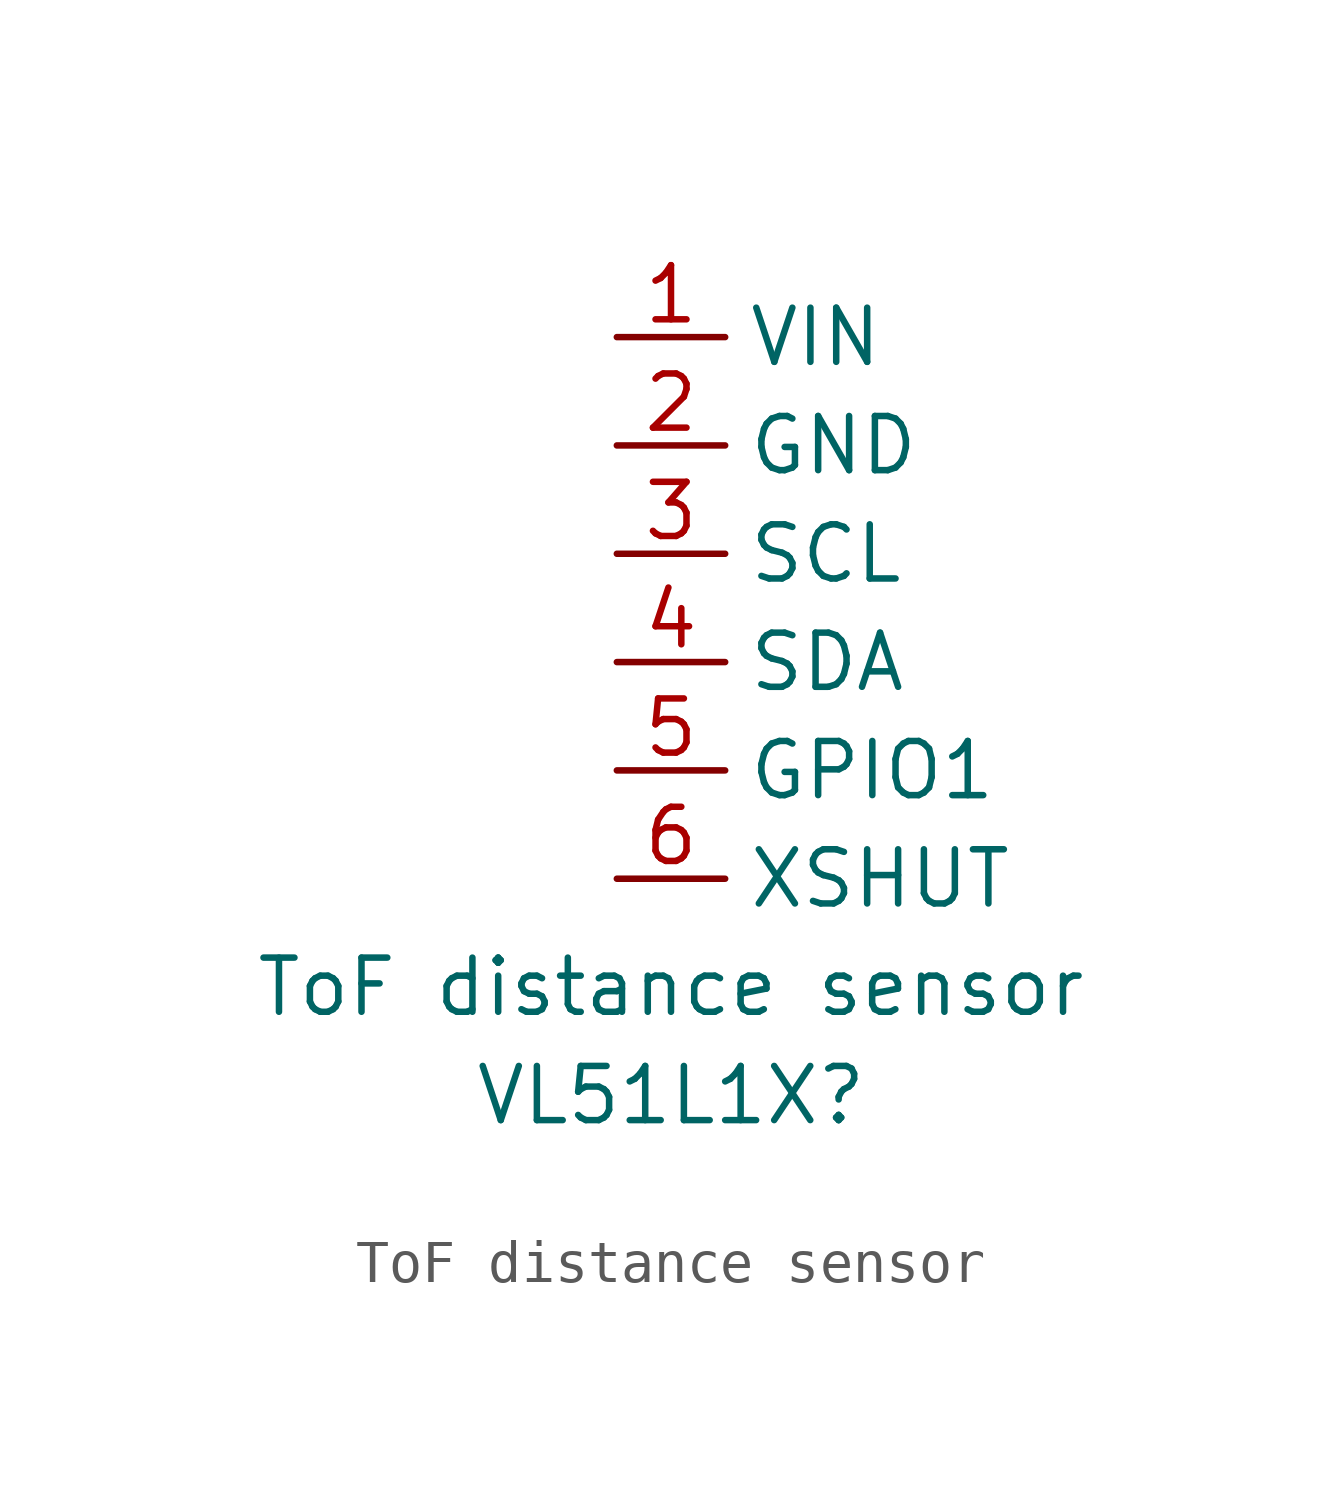
<source format=kicad_sym>
(kicad_symbol_lib
  (version 20211014)
  (generator kicad_symbol_editor)
  (symbol "ToF distance sensor"
    (property "Reference" "VL51L1X"
      (at 0 -11.43 0)
      (effects (font (size 1.27 1.27))))
    (property "Value" "ToF distance sensor"
      (at 0 -8.89 0)
      (effects (font (size 1.27 1.27))))
    (symbol "ToF distance sensor_1_1"
      (pin input line (at -1.27 6.35 0) (length 2.54) (name "VIN" (effects (font (size 1.27 1.27)))) (number "1" (effects (font (size 1.27 1.27)))))
      (pin input line (at -1.27 3.81 0) (length 2.54) (name "GND" (effects (font (size 1.27 1.27)))) (number "2" (effects (font (size 1.27 1.27)))))
      (pin input line (at -1.27 1.27 0) (length 2.54) (name "SCL" (effects (font (size 1.27 1.27)))) (number "3" (effects (font (size 1.27 1.27)))))
      (pin input line (at -1.27 -1.27 0) (length 2.54) (name "SDA" (effects (font (size 1.27 1.27)))) (number "4" (effects (font (size 1.27 1.27)))))
      (pin input line (at -1.27 -3.81 0) (length 2.54) (name "GPIO1" (effects (font (size 1.27 1.27)))) (number "5" (effects (font (size 1.27 1.27)))))
      (pin input line (at -1.27 -6.35 0) (length 2.54) (name "XSHUT" (effects (font (size 1.27 1.27)))) (number "6" (effects (font (size 1.27 1.27))))))))
</source>
